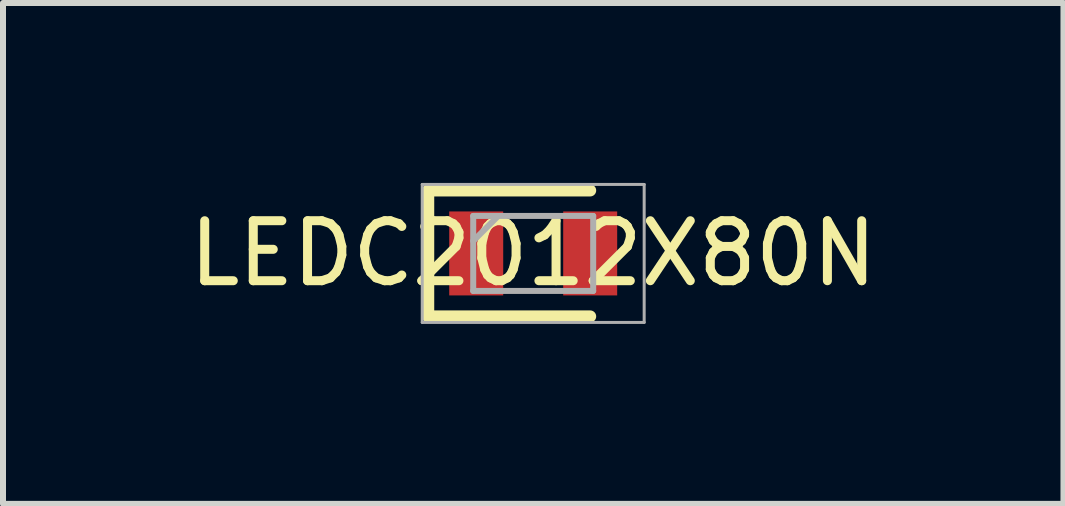
<source format=kicad_pcb>
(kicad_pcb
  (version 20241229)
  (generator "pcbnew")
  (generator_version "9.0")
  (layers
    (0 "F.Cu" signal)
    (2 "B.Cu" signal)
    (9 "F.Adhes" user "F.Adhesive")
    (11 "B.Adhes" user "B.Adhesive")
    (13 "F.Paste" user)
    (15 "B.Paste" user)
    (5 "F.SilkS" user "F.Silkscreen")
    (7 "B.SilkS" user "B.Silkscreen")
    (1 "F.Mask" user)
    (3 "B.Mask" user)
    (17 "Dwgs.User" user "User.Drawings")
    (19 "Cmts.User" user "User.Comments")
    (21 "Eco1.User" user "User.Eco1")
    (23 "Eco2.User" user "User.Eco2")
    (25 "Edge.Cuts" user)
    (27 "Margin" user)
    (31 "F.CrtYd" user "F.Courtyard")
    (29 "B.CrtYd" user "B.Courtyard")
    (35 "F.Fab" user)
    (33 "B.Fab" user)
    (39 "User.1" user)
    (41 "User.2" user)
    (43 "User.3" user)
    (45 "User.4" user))
  (footprint "LEDC2012X80N"
    (layer "F.Cu")
    (at 5.839 1.175)
    (property "Reference" "LEDC2012X80N" (at 0 0 0) (layer "F.SilkS") (effects (font (size 1 1) (thickness 0.15))))
    (attr smd)
    (fp_line (start -1.75 -1.05) (end -1.75 1.05) (stroke (width 0.2) (type solid)) (layer "F.SilkS"))
    (fp_line (start -1.75 1.05) (end 0.95 1.05) (stroke (width 0.2) (type solid)) (layer "F.SilkS"))
    (fp_line (start 0.95 -1.05) (end -1.75 -1.05) (stroke (width 0.2) (type solid)) (layer "F.SilkS"))
    (fp_line (start -1.85 -1.15) (end 1.85 -1.15) (stroke (width 0.05) (type solid)) (layer "F.Fab"))
    (fp_line (start -1.85 1.15) (end -1.85 -1.15) (stroke (width 0.05) (type solid)) (layer "F.Fab"))
    (fp_line (start -1 -0.625) (end 1 -0.625) (stroke (width 0.1) (type solid)) (layer "F.Fab"))
    (fp_line (start -1 -0.208) (end -0.583 -0.625) (stroke (width 0.1) (type solid)) (layer "F.Fab"))
    (fp_line (start -1 0.625) (end -1 -0.625) (stroke (width 0.1) (type solid)) (layer "F.Fab"))
    (fp_line (start 1 -0.625) (end 1 0.625) (stroke (width 0.1) (type solid)) (layer "F.Fab"))
    (fp_line (start 1 0.625) (end -1 0.625) (stroke (width 0.1) (type solid)) (layer "F.Fab"))
    (fp_line (start 1.85 -1.15) (end 1.85 1.15) (stroke (width 0.05) (type solid)) (layer "F.Fab"))
    (fp_line (start 1.85 1.15) (end -1.85 1.15) (stroke (width 0.05) (type solid)) (layer "F.Fab"))
    (pad "1" smd rect (at -0.95 0) (size 0.9 1.4) (layers "F.Cu" "F.Mask" "F.Paste"))
    (pad "2" smd rect (at 0.95 0) (size 0.9 1.4) (layers "F.Cu" "F.Mask" "F.Paste")))
  (gr_rect
    (start -3 -3)
    (end 14.679 5.35)
    (stroke (width 0.1) (type default))
    (fill no)
    (layer "Edge.Cuts")))
</source>
